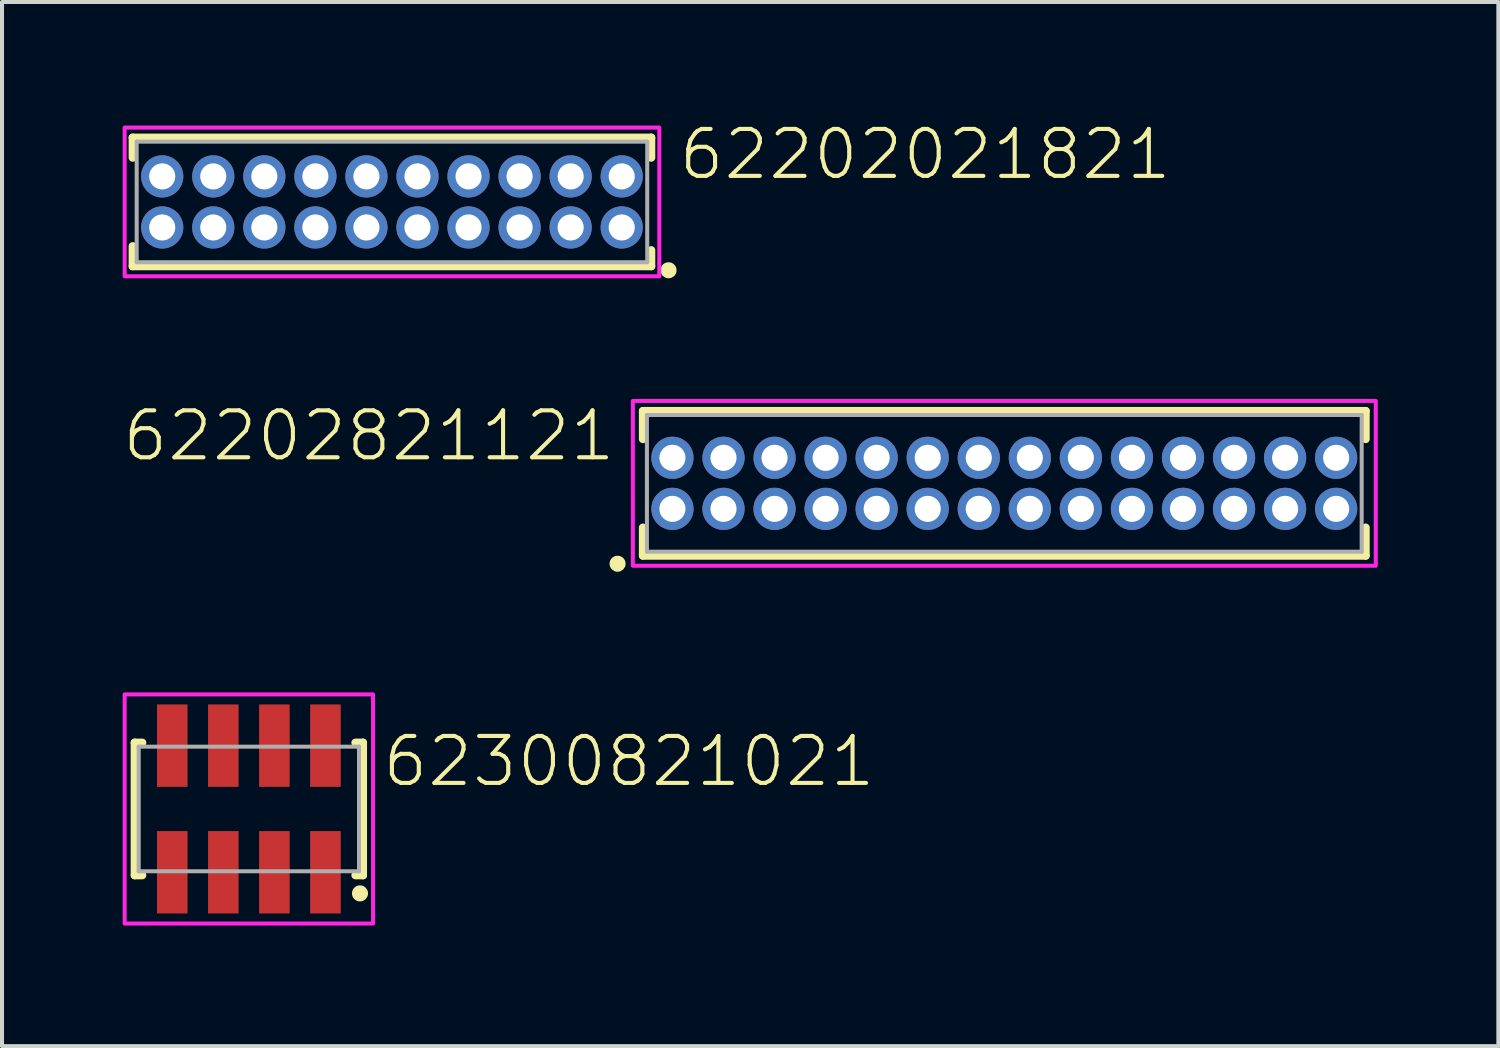
<source format=kicad_pcb>
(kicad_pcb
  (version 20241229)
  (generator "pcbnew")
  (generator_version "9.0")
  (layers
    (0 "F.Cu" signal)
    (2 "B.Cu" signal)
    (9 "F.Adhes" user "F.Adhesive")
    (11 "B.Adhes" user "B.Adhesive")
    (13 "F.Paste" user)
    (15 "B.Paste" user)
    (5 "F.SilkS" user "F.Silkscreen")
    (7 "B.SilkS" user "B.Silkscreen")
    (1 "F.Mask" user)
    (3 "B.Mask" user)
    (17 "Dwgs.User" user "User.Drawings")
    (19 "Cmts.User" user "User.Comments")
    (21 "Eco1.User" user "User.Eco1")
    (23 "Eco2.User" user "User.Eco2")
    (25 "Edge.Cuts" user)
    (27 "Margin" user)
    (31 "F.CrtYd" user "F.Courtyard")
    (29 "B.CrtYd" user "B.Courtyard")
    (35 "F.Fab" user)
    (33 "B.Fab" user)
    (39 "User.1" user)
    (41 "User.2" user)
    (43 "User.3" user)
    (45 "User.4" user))
  (footprint "62202821121"
    (layer "F.Cu")
    (at 21.932 8.973)
    (property "Reference" "62202821121" (at -9.62 -0.5 0) (unlocked yes) (layer "F.SilkS") (effects (font (size 1.168 1.168) (thickness 0.102)) (justify right bottom)))
    (fp_line (start -8.99 -1.8) (end 8.99 -1.8) (stroke (width 0.2) (type solid)) (layer "F.SilkS"))
    (fp_line (start -8.99 -1.1) (end -8.99 -1.8) (stroke (width 0.2) (type solid)) (layer "F.SilkS"))
    (fp_line (start -8.99 1.1) (end -8.99 1.8) (stroke (width 0.2) (type solid)) (layer "F.SilkS"))
    (fp_line (start -8.99 1.8) (end 8.99 1.8) (stroke (width 0.2) (type solid)) (layer "F.SilkS"))
    (fp_line (start 8.99 -1.8) (end 8.99 -1.1) (stroke (width 0.2) (type solid)) (layer "F.SilkS"))
    (fp_line (start 8.99 1.8) (end 8.99 1.1) (stroke (width 0.2) (type solid)) (layer "F.SilkS"))
    (fp_circle (center -9.62 2) (end -9.52 2) (stroke (width 0.2) (type solid)) (fill no) (layer "F.SilkS"))
    (fp_poly (pts (xy 9.24 2.05) (xy -9.24 2.05) (xy -9.24 -2.05) (xy 9.24 -2.05)) (stroke (width 0.1) (type default)) (fill no) (layer "F.CrtYd"))
    (fp_line (start -8.89 -1.7) (end -8.89 1.7) (stroke (width 0.1) (type solid)) (layer "F.Fab"))
    (fp_line (start -8.89 1.7) (end 8.89 1.7) (stroke (width 0.1) (type solid)) (layer "F.Fab"))
    (fp_line (start 8.89 -1.7) (end -8.89 -1.7) (stroke (width 0.1) (type solid)) (layer "F.Fab"))
    (fp_line (start 8.89 1.7) (end 8.89 -1.7) (stroke (width 0.1) (type solid)) (layer "F.Fab"))
    (pad "1" thru_hole circle (at -8.255 0.635) (size 1.05 1.05) (drill 0.65) (layers "*.Cu" "*.Mask"))
    (pad "2" thru_hole circle (at -8.255 -0.635) (size 1.05 1.05) (drill 0.65) (layers "*.Cu" "*.Mask"))
    (pad "3" thru_hole circle (at -6.985 0.635) (size 1.05 1.05) (drill 0.65) (layers "*.Cu" "*.Mask"))
    (pad "4" thru_hole circle (at -6.985 -0.635) (size 1.05 1.05) (drill 0.65) (layers "*.Cu" "*.Mask"))
    (pad "5" thru_hole circle (at -5.715 0.635) (size 1.05 1.05) (drill 0.65) (layers "*.Cu" "*.Mask"))
    (pad "6" thru_hole circle (at -5.715 -0.635) (size 1.05 1.05) (drill 0.65) (layers "*.Cu" "*.Mask"))
    (pad "7" thru_hole circle (at -4.445 0.635) (size 1.05 1.05) (drill 0.65) (layers "*.Cu" "*.Mask"))
    (pad "8" thru_hole circle (at -4.445 -0.635) (size 1.05 1.05) (drill 0.65) (layers "*.Cu" "*.Mask"))
    (pad "9" thru_hole circle (at -3.175 0.635) (size 1.05 1.05) (drill 0.65) (layers "*.Cu" "*.Mask"))
    (pad "10" thru_hole circle (at -3.175 -0.635) (size 1.05 1.05) (drill 0.65) (layers "*.Cu" "*.Mask"))
    (pad "11" thru_hole circle (at -1.905 0.635) (size 1.05 1.05) (drill 0.65) (layers "*.Cu" "*.Mask"))
    (pad "12" thru_hole circle (at -1.905 -0.635) (size 1.05 1.05) (drill 0.65) (layers "*.Cu" "*.Mask"))
    (pad "13" thru_hole circle (at -0.635 0.635) (size 1.05 1.05) (drill 0.65) (layers "*.Cu" "*.Mask"))
    (pad "14" thru_hole circle (at -0.635 -0.635) (size 1.05 1.05) (drill 0.65) (layers "*.Cu" "*.Mask"))
    (pad "15" thru_hole circle (at 0.635 0.635) (size 1.05 1.05) (drill 0.65) (layers "*.Cu" "*.Mask"))
    (pad "16" thru_hole circle (at 0.635 -0.635) (size 1.05 1.05) (drill 0.65) (layers "*.Cu" "*.Mask"))
    (pad "17" thru_hole circle (at 1.905 0.635) (size 1.05 1.05) (drill 0.65) (layers "*.Cu" "*.Mask"))
    (pad "18" thru_hole circle (at 1.905 -0.635) (size 1.05 1.05) (drill 0.65) (layers "*.Cu" "*.Mask"))
    (pad "19" thru_hole circle (at 3.175 0.635) (size 1.05 1.05) (drill 0.65) (layers "*.Cu" "*.Mask"))
    (pad "20" thru_hole circle (at 3.175 -0.635) (size 1.05 1.05) (drill 0.65) (layers "*.Cu" "*.Mask"))
    (pad "21" thru_hole circle (at 4.445 0.635) (size 1.05 1.05) (drill 0.65) (layers "*.Cu" "*.Mask"))
    (pad "22" thru_hole circle (at 4.445 -0.635) (size 1.05 1.05) (drill 0.65) (layers "*.Cu" "*.Mask"))
    (pad "23" thru_hole circle (at 5.715 0.635) (size 1.05 1.05) (drill 0.65) (layers "*.Cu" "*.Mask"))
    (pad "24" thru_hole circle (at 5.715 -0.635) (size 1.05 1.05) (drill 0.65) (layers "*.Cu" "*.Mask"))
    (pad "25" thru_hole circle (at 6.985 0.635) (size 1.05 1.05) (drill 0.65) (layers "*.Cu" "*.Mask"))
    (pad "26" thru_hole circle (at 6.985 -0.635) (size 1.05 1.05) (drill 0.65) (layers "*.Cu" "*.Mask"))
    (pad "27" thru_hole circle (at 8.255 0.635) (size 1.05 1.05) (drill 0.65) (layers "*.Cu" "*.Mask"))
    (pad "28" thru_hole circle (at 8.255 -0.635) (size 1.05 1.05) (drill 0.65) (layers "*.Cu" "*.Mask")))
  (footprint "62300821021"
    (layer "F.Cu")
    (at 3.14 17.073)
    (property "Reference" "62300821021" (at 3.27 -0.5 0) (unlocked yes) (layer "F.SilkS") (effects (font (size 1.168 1.168) (thickness 0.102)) (justify left bottom)))
    (fp_line (start -2.84 -1.65) (end -2.84 1.65) (stroke (width 0.2) (type solid)) (layer "F.SilkS"))
    (fp_line (start -2.84 1.65) (end -2.65 1.65) (stroke (width 0.2) (type solid)) (layer "F.SilkS"))
    (fp_line (start -2.65 -1.65) (end -2.84 -1.65) (stroke (width 0.2) (type solid)) (layer "F.SilkS"))
    (fp_line (start 2.65 -1.65) (end 2.84 -1.65) (stroke (width 0.2) (type solid)) (layer "F.SilkS"))
    (fp_line (start 2.84 -1.65) (end 2.84 1.65) (stroke (width 0.2) (type solid)) (layer "F.SilkS"))
    (fp_line (start 2.84 1.65) (end 2.65 1.65) (stroke (width 0.2) (type solid)) (layer "F.SilkS"))
    (fp_circle (center 2.765 2.1) (end 2.865 2.1) (stroke (width 0.2) (type solid)) (fill no) (layer "F.SilkS"))
    (fp_poly (pts (xy 3.09 2.85) (xy -3.09 2.85) (xy -3.09 -2.85) (xy 3.09 -2.85)) (stroke (width 0.1) (type default)) (fill no) (layer "F.CrtYd"))
    (fp_line (start -2.74 -1.55) (end -2.74 1.55) (stroke (width 0.1) (type solid)) (layer "F.Fab"))
    (fp_line (start -2.74 1.55) (end 2.74 1.55) (stroke (width 0.1) (type solid)) (layer "F.Fab"))
    (fp_line (start 2.74 -1.55) (end -2.74 -1.55) (stroke (width 0.1) (type solid)) (layer "F.Fab"))
    (fp_line (start 2.74 1.55) (end 2.74 -1.55) (stroke (width 0.1) (type solid)) (layer "F.Fab"))
    (pad "1" smd rect (at 1.905 1.575 180) (size 0.76 2.05) (layers "F.Cu" "F.Mask" "F.Paste"))
    (pad "2" smd rect (at 1.905 -1.575 180) (size 0.76 2.05) (layers "F.Cu" "F.Mask" "F.Paste"))
    (pad "3" smd rect (at 0.635 1.575 180) (size 0.76 2.05) (layers "F.Cu" "F.Mask" "F.Paste"))
    (pad "4" smd rect (at 0.635 -1.575 180) (size 0.76 2.05) (layers "F.Cu" "F.Mask" "F.Paste"))
    (pad "5" smd rect (at -0.635 1.575 180) (size 0.76 2.05) (layers "F.Cu" "F.Mask" "F.Paste"))
    (pad "6" smd rect (at -0.635 -1.575 180) (size 0.76 2.05) (layers "F.Cu" "F.Mask" "F.Paste"))
    (pad "7" smd rect (at -1.905 1.575 180) (size 0.76 2.05) (layers "F.Cu" "F.Mask" "F.Paste"))
    (pad "8" smd rect (at -1.905 -1.575 180) (size 0.76 2.05) (layers "F.Cu" "F.Mask" "F.Paste")))
  (footprint "62202021821"
    (layer "F.Cu")
    (at 6.7 1.973)
    (property "Reference" "62202021821" (at 7.08 -0.5 0) (unlocked yes) (layer "F.SilkS") (effects (font (size 1.168 1.168) (thickness 0.102)) (justify left bottom)))
    (fp_line (start -6.45 -1.6) (end 6.45 -1.6) (stroke (width 0.2) (type solid)) (layer "F.SilkS"))
    (fp_line (start -6.45 -1.1) (end -6.45 -1.6) (stroke (width 0.2) (type solid)) (layer "F.SilkS"))
    (fp_line (start -6.45 1.1) (end -6.45 1.6) (stroke (width 0.2) (type solid)) (layer "F.SilkS"))
    (fp_line (start -6.45 1.6) (end 6.45 1.6) (stroke (width 0.2) (type solid)) (layer "F.SilkS"))
    (fp_line (start 6.45 -1.6) (end 6.45 -1.1) (stroke (width 0.2) (type solid)) (layer "F.SilkS"))
    (fp_line (start 6.45 1.6) (end 6.45 1.2) (stroke (width 0.2) (type solid)) (layer "F.SilkS"))
    (fp_circle (center 6.88 1.7) (end 6.98 1.7) (stroke (width 0.2) (type solid)) (fill no) (layer "F.SilkS"))
    (fp_poly (pts (xy 6.65 1.85) (xy -6.65 1.85) (xy -6.65 -1.85) (xy 6.65 -1.85)) (stroke (width 0.1) (type default)) (fill no) (layer "F.CrtYd"))
    (fp_line (start -6.35 -1.5) (end -6.35 1.5) (stroke (width 0.1) (type solid)) (layer "F.Fab"))
    (fp_line (start -6.35 1.5) (end 6.35 1.5) (stroke (width 0.1) (type solid)) (layer "F.Fab"))
    (fp_line (start 6.35 -1.5) (end -6.35 -1.5) (stroke (width 0.1) (type solid)) (layer "F.Fab"))
    (fp_line (start 6.35 1.5) (end 6.35 -1.5) (stroke (width 0.1) (type solid)) (layer "F.Fab"))
    (pad "1" thru_hole circle (at 5.715 0.635 180) (size 1.05 1.05) (drill 0.65) (layers "*.Cu" "*.Mask"))
    (pad "2" thru_hole circle (at 5.715 -0.635 180) (size 1.05 1.05) (drill 0.65) (layers "*.Cu" "*.Mask"))
    (pad "3" thru_hole circle (at 4.445 0.635 180) (size 1.05 1.05) (drill 0.65) (layers "*.Cu" "*.Mask"))
    (pad "4" thru_hole circle (at 4.445 -0.635 180) (size 1.05 1.05) (drill 0.65) (layers "*.Cu" "*.Mask"))
    (pad "5" thru_hole circle (at 3.175 0.635 180) (size 1.05 1.05) (drill 0.65) (layers "*.Cu" "*.Mask"))
    (pad "6" thru_hole circle (at 3.175 -0.635 180) (size 1.05 1.05) (drill 0.65) (layers "*.Cu" "*.Mask"))
    (pad "7" thru_hole circle (at 1.905 0.635 180) (size 1.05 1.05) (drill 0.65) (layers "*.Cu" "*.Mask"))
    (pad "8" thru_hole circle (at 1.905 -0.635 180) (size 1.05 1.05) (drill 0.65) (layers "*.Cu" "*.Mask"))
    (pad "9" thru_hole circle (at 0.635 0.635 180) (size 1.05 1.05) (drill 0.65) (layers "*.Cu" "*.Mask"))
    (pad "10" thru_hole circle (at 0.635 -0.635 180) (size 1.05 1.05) (drill 0.65) (layers "*.Cu" "*.Mask"))
    (pad "11" thru_hole circle (at -0.635 0.635 180) (size 1.05 1.05) (drill 0.65) (layers "*.Cu" "*.Mask"))
    (pad "12" thru_hole circle (at -0.635 -0.635 180) (size 1.05 1.05) (drill 0.65) (layers "*.Cu" "*.Mask"))
    (pad "13" thru_hole circle (at -1.905 0.635 180) (size 1.05 1.05) (drill 0.65) (layers "*.Cu" "*.Mask"))
    (pad "14" thru_hole circle (at -1.905 -0.635 180) (size 1.05 1.05) (drill 0.65) (layers "*.Cu" "*.Mask"))
    (pad "15" thru_hole circle (at -3.175 -0.635 180) (size 1.05 1.05) (drill 0.65) (layers "*.Cu" "*.Mask"))
    (pad "16" thru_hole circle (at -3.175 0.635 180) (size 1.05 1.05) (drill 0.65) (layers "*.Cu" "*.Mask"))
    (pad "17" thru_hole circle (at -4.445 0.635 180) (size 1.05 1.05) (drill 0.65) (layers "*.Cu" "*.Mask"))
    (pad "18" thru_hole circle (at -4.445 -0.635 180) (size 1.05 1.05) (drill 0.65) (layers "*.Cu" "*.Mask"))
    (pad "19" thru_hole circle (at -5.715 0.635 180) (size 1.05 1.05) (drill 0.65) (layers "*.Cu" "*.Mask"))
    (pad "20" thru_hole circle (at -5.715 -0.635 180) (size 1.05 1.05) (drill 0.65) (layers "*.Cu" "*.Mask")))
  (gr_rect
    (start -3 -3)
    (end 34.222 22.973)
    (stroke (width 0.1) (type default))
    (fill no)
    (layer "Edge.Cuts")))
</source>
